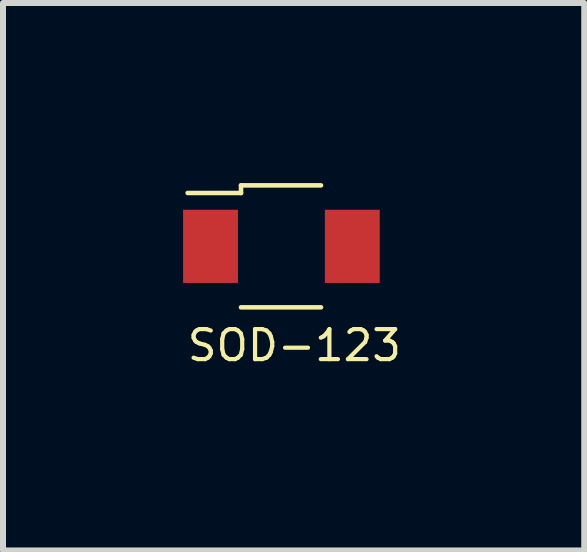
<source format=kicad_pcb>
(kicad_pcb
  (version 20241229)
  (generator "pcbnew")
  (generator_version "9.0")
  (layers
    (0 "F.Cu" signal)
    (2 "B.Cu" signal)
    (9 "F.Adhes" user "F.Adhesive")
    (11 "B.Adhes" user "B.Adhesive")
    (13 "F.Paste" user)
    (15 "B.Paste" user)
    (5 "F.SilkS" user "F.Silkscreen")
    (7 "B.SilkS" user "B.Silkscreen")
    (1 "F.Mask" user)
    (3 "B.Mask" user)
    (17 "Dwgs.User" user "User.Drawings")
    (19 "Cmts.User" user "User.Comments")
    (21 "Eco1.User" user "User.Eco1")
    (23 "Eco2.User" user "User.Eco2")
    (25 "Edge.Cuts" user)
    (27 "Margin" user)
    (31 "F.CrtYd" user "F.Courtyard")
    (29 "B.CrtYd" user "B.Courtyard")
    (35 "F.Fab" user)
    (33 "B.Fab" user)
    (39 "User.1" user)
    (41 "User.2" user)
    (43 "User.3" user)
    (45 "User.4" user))
  (footprint "SOD-123"
    (layer "F.Cu")
    (at 0.457 1.054)
    (property "Reference" "SOD-123" (at 1.397 1.651 0) (layer "F.SilkS") (effects (font (size 0.5 0.5) (thickness 0.07))))
    (attr through_hole)
    (fp_line (start 0.508 -1.016) (end 0.508 -0.889) (stroke (width 0.076) (type solid)) (layer "F.SilkS"))
    (fp_line (start 0.508 -1.016) (end 1.841 -1.016) (stroke (width 0.076) (type solid)) (layer "F.SilkS"))
    (fp_line (start 0.508 -0.889) (end -0.381 -0.889) (stroke (width 0.076) (type solid)) (layer "F.SilkS"))
    (fp_line (start 0.508 1.016) (end 1.841 1.016) (stroke (width 0.076) (type solid)) (layer "F.SilkS"))
    (pad "1" smd rect (at 0 0) (size 0.914 1.219) (layers "F.Cu" "F.Mask" "F.Paste"))
    (pad "2" smd rect (at 2.362 0) (size 0.914 1.219) (layers "F.Cu" "F.Mask" "F.Paste")))
  (gr_rect
    (start -3 -3)
    (end 6.683 6.12)
    (stroke (width 0.1) (type default))
    (fill no)
    (layer "Edge.Cuts")))
</source>
